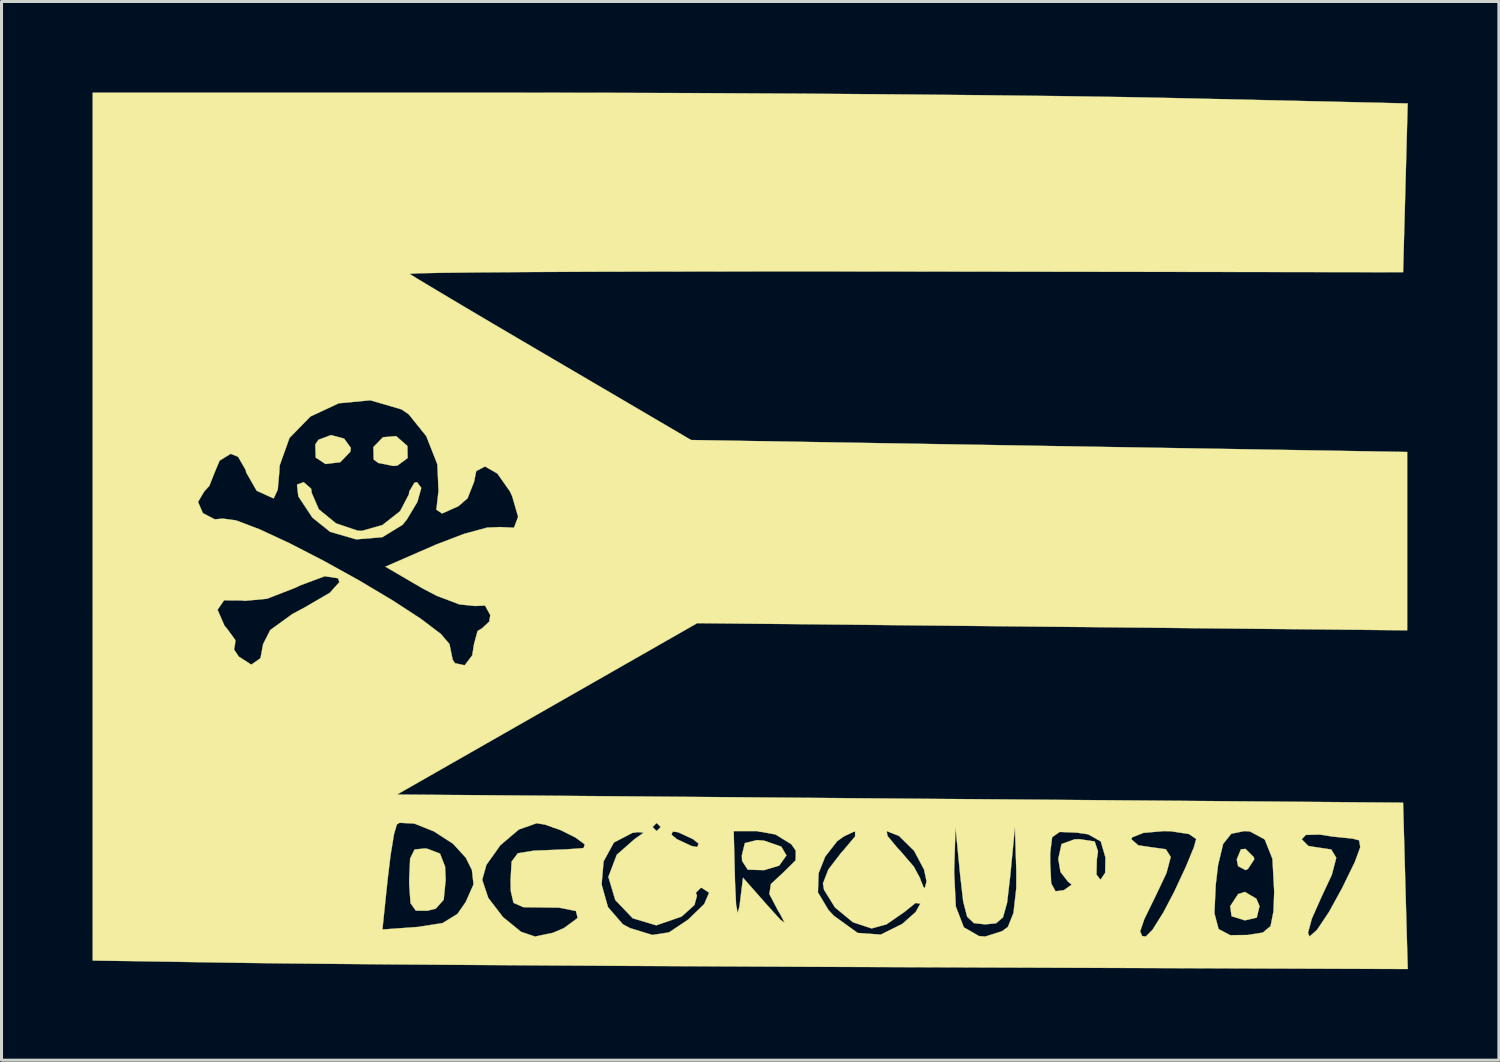
<source format=kicad_pcb>
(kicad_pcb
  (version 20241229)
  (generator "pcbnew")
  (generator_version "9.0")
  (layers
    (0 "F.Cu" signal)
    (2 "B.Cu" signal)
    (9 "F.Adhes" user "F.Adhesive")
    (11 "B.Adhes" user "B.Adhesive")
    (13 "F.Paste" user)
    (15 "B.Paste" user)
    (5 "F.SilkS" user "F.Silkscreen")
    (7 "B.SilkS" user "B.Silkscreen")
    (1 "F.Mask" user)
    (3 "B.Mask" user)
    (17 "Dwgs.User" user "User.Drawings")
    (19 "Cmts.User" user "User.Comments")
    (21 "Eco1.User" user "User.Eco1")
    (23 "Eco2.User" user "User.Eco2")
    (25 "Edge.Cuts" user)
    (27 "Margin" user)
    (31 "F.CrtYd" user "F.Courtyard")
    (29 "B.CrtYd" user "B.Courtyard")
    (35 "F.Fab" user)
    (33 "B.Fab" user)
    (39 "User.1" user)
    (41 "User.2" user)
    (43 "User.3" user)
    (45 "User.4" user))
  (footprint "787"
    (layer "F.Cu")
    (at 21.662 14.443)
    (property "Reference" "787" (at 0 0 0) (layer "F.SilkS") (effects (font (size 1.524 1.524) (thickness 0.3))))
    (attr through_hole)
    (fp_poly (pts (xy 16.606 10.755) (xy 16.617 10.828) (xy 16.409 11.142) (xy 16.33 11.178) (xy 16.086 11.049) (xy 16.042 10.828) (xy 16.178 10.496) (xy 16.33 10.479) (xy 16.606 10.755)) (stroke (width 0.01) (type solid)) (fill yes) (layer "F.SilkS"))
    (fp_poly (pts (xy 16.687 12.12) (xy 16.793 12.366) (xy 16.7 12.745) (xy 16.309 12.834) (xy 15.871 12.698) (xy 15.826 12.366) (xy 16.089 11.968) (xy 16.309 11.898) (xy 16.687 12.12)) (stroke (width 0.01) (type solid)) (fill yes) (layer "F.SilkS"))
    (fp_poly (pts (xy -13.372 -3.039) (xy -13.152 -2.735) (xy -13.168 -2.607) (xy -13.499 -2.263) (xy -13.986 -2.203) (xy -14.309 -2.415) (xy -14.321 -2.848) (xy -14.219 -3) (xy -13.806 -3.156) (xy -13.372 -3.039)) (stroke (width 0.01) (type solid)) (fill yes) (layer "F.SilkS"))
    (fp_poly (pts (xy -11.287 -2.796) (xy -11.281 -2.398) (xy -11.619 -2.151) (xy -11.748 -2.139) (xy -12.243 -2.236) (xy -12.399 -2.352) (xy -12.408 -2.761) (xy -12.093 -3.085) (xy -11.658 -3.122) (xy -11.287 -2.796)) (stroke (width 0.01) (type solid)) (fill yes) (layer "F.SilkS"))
    (fp_poly (pts (xy 0.468 10.209) (xy 1.033 10.405) (xy 1.203 10.695) (xy 0.964 11.03) (xy 0.468 11.18) (xy -0.072 11.165) (xy -0.258 10.875) (xy -0.267 10.695) (xy -0.167 10.288) (xy 0.234 10.19) (xy 0.468 10.209)) (stroke (width 0.01) (type solid)) (fill yes) (layer "F.SilkS"))
    (fp_poly (pts (xy -10.628 10.476) (xy -10.212 10.636) (xy -10.046 11.063) (xy -10.026 11.497) (xy -10.091 12.154) (xy -10.351 12.448) (xy -10.628 12.518) (xy -11.01 12.515) (xy -11.184 12.269) (xy -11.229 11.646) (xy -11.229 11.497) (xy -11.198 10.799) (xy -11.051 10.5) (xy -10.709 10.465) (xy -10.628 10.476)) (stroke (width 0.01) (type solid)) (fill yes) (layer "F.SilkS"))
    (fp_poly (pts (xy -10.83 -1.416) (xy -10.957 -0.957) (xy -11.301 -0.381) (xy -11.445 -0.201) (xy -12.112 0.208) (xy -12.977 0.28) (xy -13.834 0.031) (xy -14.418 -0.437) (xy -14.882 -1.137) (xy -14.925 -1.524) (xy -14.705 -1.604) (xy -14.461 -1.391) (xy -14.438 -1.245) (xy -14.206 -0.709) (xy -13.639 -0.247) (xy -12.932 -0.008) (xy -12.787 0) (xy -12.113 -0.19) (xy -11.528 -0.648) (xy -11.236 -1.207) (xy -11.229 -1.291) (xy -11.056 -1.586) (xy -10.97 -1.604) (xy -10.83 -1.416)) (stroke (width 0.01) (type solid)) (fill yes) (layer "F.SilkS"))
    (fp_poly (pts (xy -4.649 -14.434) (xy -1.528 -14.424) (xy 1.605 -14.407) (xy 4.657 -14.384) (xy 7.535 -14.357) (xy 10.146 -14.327) (xy 12.397 -14.293) (xy 14.002 -14.261) (xy 21.674 -14.084) (xy 21.599 -11.303) (xy 21.523 -8.523) (xy 5.095 -8.547) (xy 2.189 -8.55) (xy -0.548 -8.549) (xy -3.072 -8.545) (xy -5.338 -8.539) (xy -7.301 -8.529) (xy -8.915 -8.518) (xy -10.136 -8.504) (xy -10.917 -8.488) (xy -11.214 -8.47) (xy -11.215 -8.468) (xy -10.958 -8.307) (xy -10.311 -7.919) (xy -9.347 -7.345) (xy -8.136 -6.63) (xy -6.751 -5.816) (xy -6.517 -5.679) (xy -1.939 -2.993) (xy 9.859 -2.796) (xy 21.657 -2.599) (xy 21.657 3.277) (xy 9.959 3.159) (xy -1.738 3.041) (xy -6.684 5.865) (xy -11.631 8.689) (xy 4.946 8.823) (xy 21.523 8.957) (xy 21.599 11.697) (xy 21.676 14.438) (xy 5.156 14.377) (xy 2.048 14.365) (xy -1.045 14.35) (xy -4.056 14.335) (xy -6.919 14.318) (xy -9.567 14.301) (xy -11.934 14.284) (xy -13.953 14.266) (xy -15.558 14.25) (xy -16.51 14.238) (xy -21.657 14.159) (xy -21.657 13.136) (xy -12.111 13.136) (xy -10.944 13.052) (xy -10.129 12.925) (xy -9.639 12.624) (xy -9.366 12.232) (xy -9.108 11.648) (xy -9.125 11.497) (xy -8.823 11.497) (xy -8.623 12.094) (xy -8.137 12.728) (xy -7.541 13.213) (xy -7.08 13.368) (xy -6.493 13.245) (xy -6.132 13.092) (xy -5.676 12.756) (xy -5.734 12.526) (xy -6.294 12.416) (xy -6.751 12.41) (xy -7.463 12.401) (xy -7.791 12.257) (xy -7.883 11.857) (xy -7.885 11.653) (xy -4.888 11.653) (xy -4.678 12.398) (xy -4.188 12.964) (xy -3.948 13.091) (xy -3.217 13.316) (xy -2.667 13.232) (xy -2.041 12.814) (xy -1.507 12.299) (xy -1.345 11.922) (xy -1.588 11.765) (xy -1.62 11.764) (xy -1.783 11.926) (xy -1.745 12.02) (xy -1.828 12.328) (xy -2.249 12.709) (xy -2.251 12.71) (xy -3.086 12.998) (xy -3.863 12.766) (xy -4.438 12.163) (xy -4.665 11.403) (xy -4.388 10.674) (xy -3.807 10.162) (xy -3.594 10.011) (xy -2.588 10.011) (xy -2.406 10.16) (xy -1.919 10.386) (xy -1.738 10.419) (xy -1.69 10.309) (xy -1.872 10.16) (xy -2.359 9.934) (xy -2.54 9.901) (xy -2.588 10.011) (xy -3.594 10.011) (xy -3.504 9.947) (xy -3.689 9.927) (xy -3.875 9.953) (xy -4.483 10.27) (xy -4.822 10.89) (xy -4.888 11.653) (xy -7.885 11.653) (xy -7.887 11.497) (xy -7.853 10.896) (xy -7.648 10.624) (xy -7.117 10.538) (xy -6.818 10.527) (xy -6.069 10.495) (xy -5.549 10.459) (xy -5.481 10.45) (xy -5.443 10.33) (xy -5.749 10.105) (xy -6.238 9.861) (xy -6.527 9.759) (xy -3.208 9.759) (xy -3.075 9.893) (xy -0.535 9.893) (xy -0.492 11.564) (xy -0.457 12.311) (xy -0.405 12.592) (xy -0.344 12.375) (xy -0.339 12.332) (xy -0.228 11.43) (xy 0.568 12.332) (xy 1.012 12.822) (xy 1.145 12.915) (xy 0.995 12.626) (xy 0.919 12.5) (xy 0.641 11.97) (xy 0.649 11.915) (xy 2.241 11.915) (xy 2.589 12.496) (xy 2.77 12.687) (xy 3.55 13.25) (xy 4.31 13.304) (xy 5.021 12.952) (xy 5.462 12.56) (xy 5.615 12.284) (xy 5.459 12.262) (xy 5.083 12.564) (xy 5.08 12.566) (xy 4.498 12.967) (xy 4.011 13.101) (xy 3.394 12.897) (xy 2.803 12.41) (xy 2.441 11.827) (xy 2.406 11.618) (xy 2.584 11.159) (xy 3.016 10.596) (xy 3.063 10.549) (xy 3.465 10.07) (xy 3.466 9.894) (xy 3.093 10.069) (xy 2.873 10.227) (xy 2.48 10.734) (xy 2.262 11.283) (xy 2.241 11.915) (xy 0.649 11.915) (xy 0.692 11.637) (xy 1.097 11.261) (xy 1.506 10.857) (xy 1.511 10.536) (xy 1.362 10.324) (xy 0.842 10.004) (xy 0.235 9.893) (xy 4.506 9.893) (xy 4.534 10.054) (xy 4.863 10.451) (xy 4.958 10.549) (xy 5.402 11.067) (xy 5.612 11.457) (xy 5.615 11.485) (xy 5.727 11.755) (xy 5.766 11.764) (xy 5.819 11.549) (xy 5.756 11.243) (xy 6.729 11.243) (xy 6.784 12.379) (xy 7.049 13.065) (xy 7.548 13.352) (xy 7.754 13.368) (xy 8.315 13.19) (xy 8.502 13.048) (xy 8.684 12.594) (xy 8.776 11.783) (xy 8.778 11.243) (xy 8.769 10.937) (xy 9.893 10.937) (xy 9.928 11.617) (xy 10.07 11.877) (xy 10.347 11.84) (xy 10.602 11.658) (xy 10.481 11.559) (xy 10.234 11.241) (xy 10.16 10.806) (xy 10.269 10.32) (xy 10.7 10.164) (xy 10.86 10.16) (xy 11.36 10.234) (xy 11.47 10.562) (xy 11.431 10.828) (xy 11.419 11.325) (xy 11.552 11.497) (xy 11.705 11.269) (xy 11.715 10.762) (xy 11.56 10.232) (xy 11.432 10.16) (xy 12.566 10.16) (xy 12.795 10.361) (xy 13.235 10.427) (xy 13.705 10.491) (xy 13.866 10.745) (xy 13.725 11.279) (xy 13.368 12.032) (xy 12.995 12.795) (xy 12.857 13.2) (xy 12.927 13.353) (xy 13.045 13.368) (xy 13.265 13.147) (xy 13.607 12.599) (xy 15.305 12.599) (xy 15.443 13.122) (xy 15.829 13.324) (xy 16.401 13.317) (xy 16.902 13.237) (xy 17.156 13.026) (xy 17.252 12.537) (xy 17.276 11.898) (xy 17.218 10.809) (xy 16.962 10.165) (xy 16.955 10.162) (xy 18.181 10.162) (xy 18.403 10.384) (xy 18.671 10.427) (xy 19.156 10.499) (xy 19.321 10.774) (xy 19.174 11.336) (xy 18.833 12.064) (xy 18.517 12.775) (xy 18.389 13.248) (xy 18.44 13.368) (xy 18.687 13.147) (xy 19.076 12.568) (xy 19.518 11.764) (xy 19.934 10.909) (xy 20.112 10.421) (xy 20.074 10.198) (xy 19.856 10.14) (xy 19.2 10.074) (xy 18.783 10.008) (xy 18.319 10.019) (xy 18.181 10.162) (xy 16.955 10.162) (xy 16.477 9.905) (xy 16.293 9.893) (xy 15.862 9.98) (xy 15.593 10.316) (xy 15.426 11.01) (xy 15.35 11.654) (xy 15.305 12.599) (xy 13.607 12.599) (xy 13.624 12.572) (xy 13.981 11.892) (xy 14.364 11.071) (xy 14.627 10.432) (xy 14.705 10.154) (xy 14.468 9.99) (xy 13.875 9.899) (xy 13.636 9.893) (xy 12.966 9.952) (xy 12.594 10.1) (xy 12.566 10.16) (xy 11.432 10.16) (xy 11.145 9.999) (xy 10.762 9.943) (xy 10.207 9.921) (xy 9.959 10.093) (xy 9.895 10.602) (xy 9.893 10.937) (xy 8.769 10.937) (xy 8.733 9.759) (xy 8.578 11.363) (xy 8.474 12.254) (xy 8.339 12.735) (xy 8.11 12.931) (xy 7.754 12.967) (xy 7.379 12.925) (xy 7.158 12.714) (xy 7.027 12.211) (xy 6.93 11.363) (xy 6.774 9.759) (xy 6.729 11.243) (xy 5.756 11.243) (xy 5.739 11.163) (xy 5.409 10.541) (xy 4.914 10.054) (xy 4.506 9.893) (xy 0.235 9.893) (xy -0.535 9.893) (xy -3.075 9.893) (xy -2.941 9.759) (xy -3.075 9.625) (xy -3.208 9.759) (xy -6.527 9.759) (xy -6.753 9.679) (xy -7.031 9.635) (xy -7.615 9.841) (xy -8.225 10.36) (xy -8.684 11.005) (xy -8.823 11.497) (xy -9.125 11.497) (xy -9.162 11.173) (xy -9.363 10.77) (xy -9.785 10.309) (xy -10.411 9.904) (xy -11.06 9.645) (xy -11.545 9.62) (xy -11.634 9.674) (xy -11.727 9.987) (xy -11.841 10.676) (xy -11.937 11.469) (xy -12.111 13.136) (xy -21.657 13.136) (xy -21.657 2.601) (xy -17.544 2.601) (xy -17.315 3.125) (xy -17.23 3.225) (xy -16.954 3.603) (xy -16.969 3.743) (xy -17.001 3.907) (xy -16.847 4.141) (xy -16.431 4.409) (xy -16.129 4.197) (xy -16.042 3.732) (xy -15.806 3.267) (xy -15.08 2.742) (xy -14.673 2.524) (xy -13.844 2.041) (xy -13.53 1.692) (xy -13.571 1.562) (xy -14.011 1.495) (xy -14.829 1.8) (xy -14.972 1.871) (xy -15.911 2.236) (xy -16.655 2.307) (xy -16.725 2.293) (xy -17.329 2.289) (xy -17.544 2.601) (xy -21.657 2.601) (xy -21.657 -0.953) (xy -18.187 -0.953) (xy -18.028 -0.585) (xy -17.637 -0.38) (xy -17.368 -0.404) (xy -16.934 -0.345) (xy -16.166 -0.054) (xy -15.165 0.411) (xy -14.032 0.995) (xy -12.867 1.641) (xy -11.771 2.294) (xy -10.844 2.898) (xy -10.186 3.397) (xy -9.899 3.733) (xy -9.894 3.765) (xy -9.797 4.242) (xy -9.722 4.36) (xy -9.4 4.43) (xy -9.151 4.103) (xy -9.091 3.727) (xy -8.976 3.302) (xy -8.823 3.208) (xy -8.591 2.99) (xy -8.556 2.776) (xy -8.728 2.461) (xy -9.061 2.476) (xy -9.57 2.423) (xy -10.316 2.142) (xy -10.79 1.894) (xy -12.012 1.18) (xy -10.33 0.447) (xy -9.421 0.099) (xy -8.664 -0.107) (xy -8.228 -0.125) (xy -7.775 -0.103) (xy -7.639 -0.464) (xy -7.836 -1.146) (xy -7.911 -1.304) (xy -8.323 -1.89) (xy -8.73 -2.122) (xy -9.019 -1.971) (xy -9.091 -1.614) (xy -9.306 -1.072) (xy -9.608 -0.812) (xy -10.145 -0.572) (xy -10.333 -0.697) (xy -10.269 -1.259) (xy -10.261 -1.3) (xy -10.3 -2.194) (xy -10.665 -3.121) (xy -11.246 -3.843) (xy -11.482 -4.003) (xy -12.509 -4.303) (xy -13.551 -4.204) (xy -14.482 -3.769) (xy -15.173 -3.063) (xy -15.498 -2.151) (xy -15.507 -1.955) (xy -15.56 -1.358) (xy -15.69 -1.077) (xy -15.708 -1.074) (xy -16.254 -1.322) (xy -16.598 -1.923) (xy -16.616 -2.005) (xy -16.865 -2.441) (xy -17.112 -2.54) (xy -17.475 -2.315) (xy -17.607 -2.005) (xy -17.815 -1.482) (xy -17.984 -1.297) (xy -18.187 -0.953) (xy -21.657 -0.953) (xy -21.657 -14.438) (xy -7.663 -14.438) (xy -4.649 -14.434)) (stroke (width 0.01) (type solid)) (fill yes) (layer "F.SilkS")))
  (gr_rect
    (start -3 -3)
    (end 46.342 31.886)
    (stroke (width 0.1) (type default))
    (fill no)
    (layer "Edge.Cuts")))
</source>
